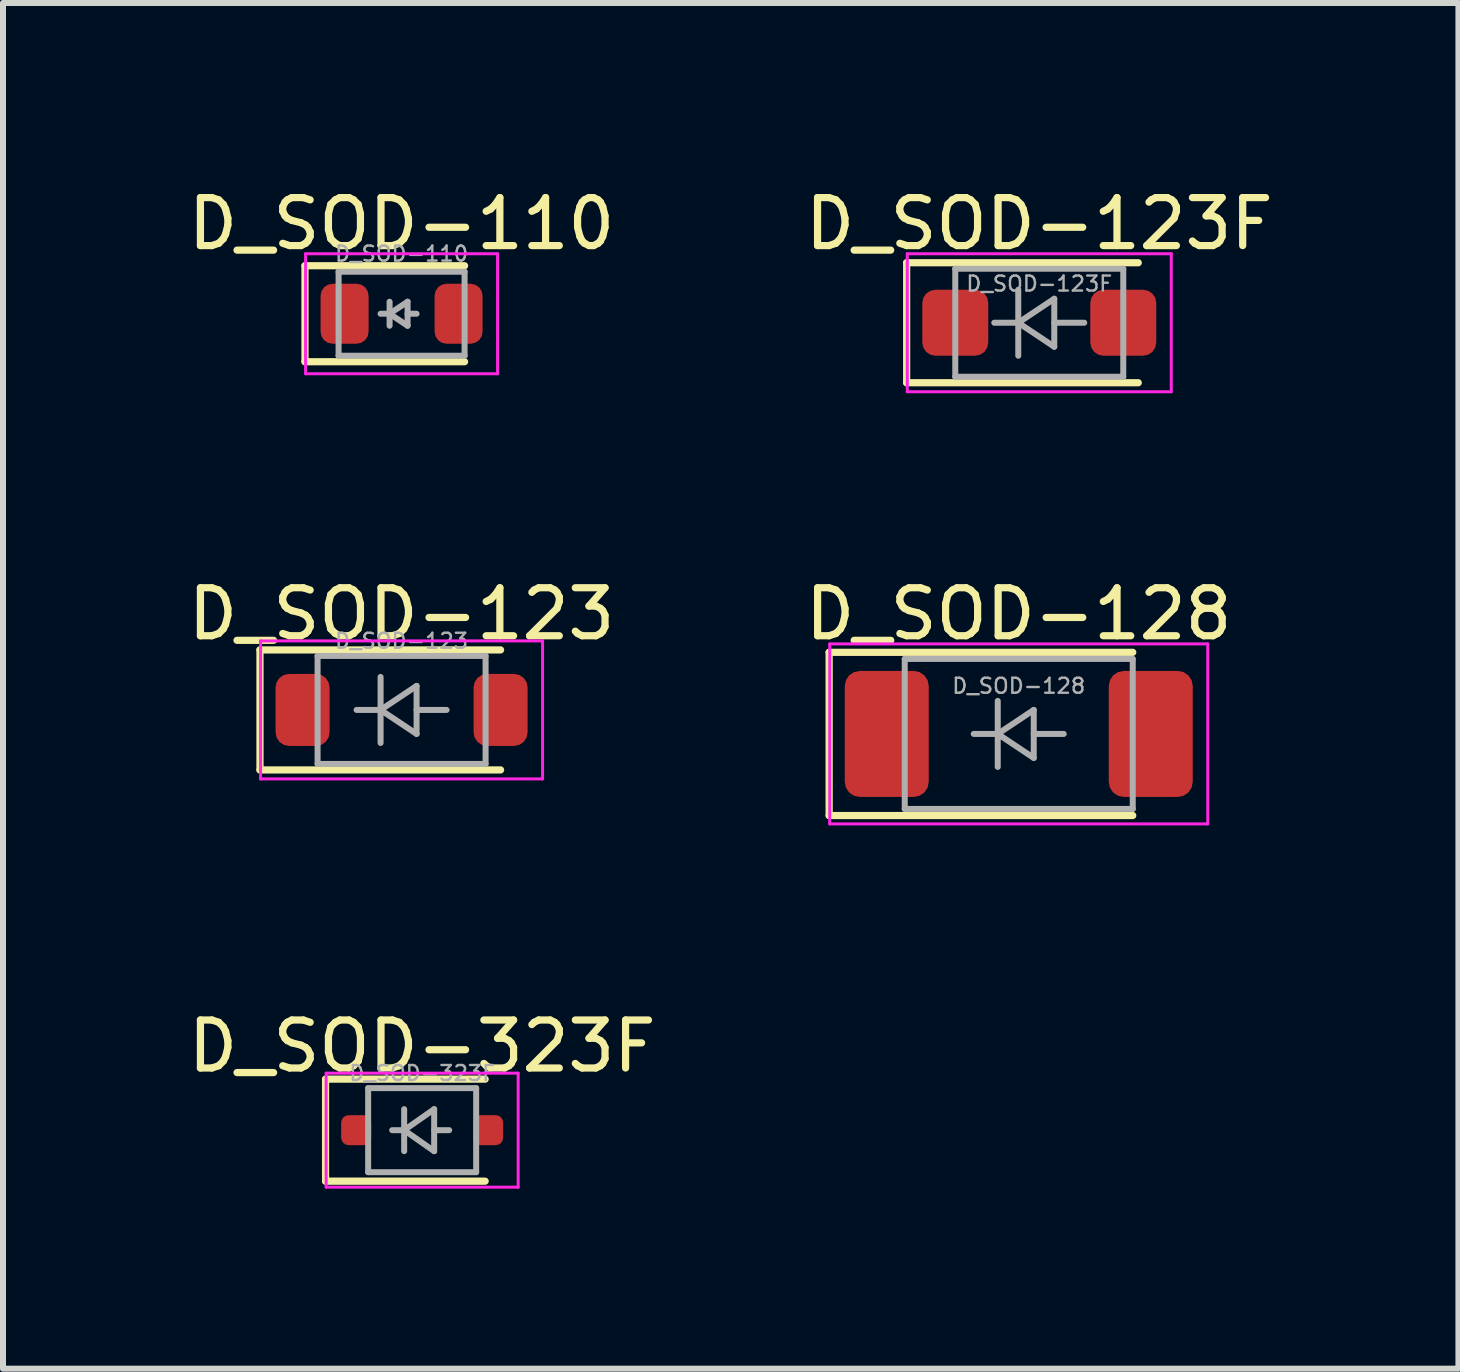
<source format=kicad_pcb>
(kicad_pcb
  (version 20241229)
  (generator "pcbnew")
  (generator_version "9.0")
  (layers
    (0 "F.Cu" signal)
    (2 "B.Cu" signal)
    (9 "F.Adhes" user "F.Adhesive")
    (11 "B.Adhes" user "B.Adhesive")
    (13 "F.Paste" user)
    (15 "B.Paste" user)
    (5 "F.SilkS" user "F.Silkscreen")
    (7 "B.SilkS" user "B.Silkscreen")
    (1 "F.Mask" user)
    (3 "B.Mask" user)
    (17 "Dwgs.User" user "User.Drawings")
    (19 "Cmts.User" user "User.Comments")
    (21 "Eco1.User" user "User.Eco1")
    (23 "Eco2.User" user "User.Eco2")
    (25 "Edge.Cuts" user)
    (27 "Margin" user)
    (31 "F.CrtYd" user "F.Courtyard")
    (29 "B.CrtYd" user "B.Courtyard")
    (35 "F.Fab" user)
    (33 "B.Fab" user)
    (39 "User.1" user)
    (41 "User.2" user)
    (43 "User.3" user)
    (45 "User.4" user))
  (footprint "D_SOD-128"
    (layer "F.Cu")
    (at 13.929 9.182)
    (property "Reference" "D_SOD-128" (at 0 -2 0) (layer "F.SilkS") (effects (font (size 0.8 0.8) (thickness 0.12))))
    (attr smd)
    (fp_line (start -3.16 -1.36) (end -3.16 1.36) (stroke (width 0.12) (type solid)) (layer "F.SilkS"))
    (fp_line (start -3.16 -1.36) (end 1.9 -1.36) (stroke (width 0.12) (type solid)) (layer "F.SilkS"))
    (fp_line (start -3.16 1.36) (end 1.9 1.36) (stroke (width 0.12) (type solid)) (layer "F.SilkS"))
    (fp_line (start -3.15 -1.5) (end -3.15 1.5) (stroke (width 0.05) (type solid)) (layer "F.CrtYd"))
    (fp_line (start -3.15 -1.5) (end 3.15 -1.5) (stroke (width 0.05) (type solid)) (layer "F.CrtYd"))
    (fp_line (start 3.15 -1.5) (end 3.15 1.5) (stroke (width 0.05) (type solid)) (layer "F.CrtYd"))
    (fp_line (start 3.15 1.5) (end -3.15 1.5) (stroke (width 0.05) (type solid)) (layer "F.CrtYd"))
    (fp_line (start -1.9 -1.25) (end 1.9 -1.25) (stroke (width 0.1) (type solid)) (layer "F.Fab"))
    (fp_line (start -1.9 1.25) (end -1.9 -1.25) (stroke (width 0.1) (type solid)) (layer "F.Fab"))
    (fp_line (start -0.75 0) (end -0.35 0) (stroke (width 0.1) (type solid)) (layer "F.Fab"))
    (fp_line (start -0.35 0) (end -0.35 -0.55) (stroke (width 0.1) (type solid)) (layer "F.Fab"))
    (fp_line (start -0.35 0) (end -0.35 0.55) (stroke (width 0.1) (type solid)) (layer "F.Fab"))
    (fp_line (start -0.35 0) (end 0.25 -0.4) (stroke (width 0.1) (type solid)) (layer "F.Fab"))
    (fp_line (start 0.25 -0.4) (end 0.25 0.4) (stroke (width 0.1) (type solid)) (layer "F.Fab"))
    (fp_line (start 0.25 0) (end 0.75 0) (stroke (width 0.1) (type solid)) (layer "F.Fab"))
    (fp_line (start 0.25 0.4) (end -0.35 0) (stroke (width 0.1) (type solid)) (layer "F.Fab"))
    (fp_line (start 1.9 -1.25) (end 1.9 1.25) (stroke (width 0.1) (type solid)) (layer "F.Fab"))
    (fp_line (start 1.9 1.25) (end -1.9 1.25) (stroke (width 0.1) (type solid)) (layer "F.Fab"))
    (fp_text user "${REFERENCE}" (at 0 -0.8 0) (layer "F.Fab") (effects (font (size 0.25 0.25) (thickness 0.04))))
    (pad "1" smd roundrect (at -2.2 0) (size 1.4 2.1) (layers "F.Cu" "F.Mask" "F.Paste") (roundrect_rratio 0.179))
    (pad "2" smd roundrect (at 2.2 0) (size 1.4 2.1) (layers "F.Cu" "F.Mask" "F.Paste") (roundrect_rratio 0.179)))
  (footprint "D_SOD-123F"
    (layer "F.Cu")
    (at 14.271 2.329)
    (property "Reference" "D_SOD-123F" (at 0 -1.65 0) (layer "F.SilkS") (effects (font (size 0.8 0.8) (thickness 0.12))))
    (attr smd)
    (fp_line (start -2.21 -1) (end -2.21 1) (stroke (width 0.12) (type solid)) (layer "F.SilkS"))
    (fp_line (start -2.21 -1) (end 1.65 -1) (stroke (width 0.12) (type solid)) (layer "F.SilkS"))
    (fp_line (start -2.21 1) (end 1.65 1) (stroke (width 0.12) (type solid)) (layer "F.SilkS"))
    (fp_line (start -2.2 -1.15) (end -2.2 1.15) (stroke (width 0.05) (type solid)) (layer "F.CrtYd"))
    (fp_line (start -2.2 -1.15) (end 2.2 -1.15) (stroke (width 0.05) (type solid)) (layer "F.CrtYd"))
    (fp_line (start 2.2 -1.15) (end 2.2 1.15) (stroke (width 0.05) (type solid)) (layer "F.CrtYd"))
    (fp_line (start 2.2 1.15) (end -2.2 1.15) (stroke (width 0.05) (type solid)) (layer "F.CrtYd"))
    (fp_line (start -1.4 -0.9) (end 1.4 -0.9) (stroke (width 0.1) (type solid)) (layer "F.Fab"))
    (fp_line (start -1.4 0.9) (end -1.4 -0.9) (stroke (width 0.1) (type solid)) (layer "F.Fab"))
    (fp_line (start -0.75 0) (end -0.35 0) (stroke (width 0.1) (type solid)) (layer "F.Fab"))
    (fp_line (start -0.35 0) (end -0.35 -0.55) (stroke (width 0.1) (type solid)) (layer "F.Fab"))
    (fp_line (start -0.35 0) (end -0.35 0.55) (stroke (width 0.1) (type solid)) (layer "F.Fab"))
    (fp_line (start -0.35 0) (end 0.25 -0.4) (stroke (width 0.1) (type solid)) (layer "F.Fab"))
    (fp_line (start 0.25 -0.4) (end 0.25 0.4) (stroke (width 0.1) (type solid)) (layer "F.Fab"))
    (fp_line (start 0.25 0) (end 0.75 0) (stroke (width 0.1) (type solid)) (layer "F.Fab"))
    (fp_line (start 0.25 0.4) (end -0.35 0) (stroke (width 0.1) (type solid)) (layer "F.Fab"))
    (fp_line (start 1.4 -0.9) (end 1.4 0.9) (stroke (width 0.1) (type solid)) (layer "F.Fab"))
    (fp_line (start 1.4 0.9) (end -1.4 0.9) (stroke (width 0.1) (type solid)) (layer "F.Fab"))
    (fp_text user "${REFERENCE}" (at 0 -0.65 0) (layer "F.Fab") (effects (font (size 0.25 0.25) (thickness 0.04))))
    (pad "1" smd roundrect (at -1.4 0) (size 1.1 1.1) (layers "F.Cu" "F.Mask" "F.Paste") (roundrect_rratio 0.2))
    (pad "2" smd roundrect (at 1.4 0) (size 1.1 1.1) (layers "F.Cu" "F.Mask" "F.Paste") (roundrect_rratio 0.2)))
  (footprint "D_SOD-123"
    (layer "F.Cu")
    (at 3.643 8.782)
    (property "Reference" "D_SOD-123" (at 0 -1.6 0) (layer "F.SilkS") (effects (font (size 0.8 0.8) (thickness 0.12))))
    (attr smd)
    (fp_line (start -2.36 -1) (end -2.36 1) (stroke (width 0.12) (type solid)) (layer "F.SilkS"))
    (fp_line (start -2.36 -1) (end 1.65 -1) (stroke (width 0.12) (type solid)) (layer "F.SilkS"))
    (fp_line (start -2.36 1) (end 1.65 1) (stroke (width 0.12) (type solid)) (layer "F.SilkS"))
    (fp_line (start -2.35 -1.15) (end -2.35 1.15) (stroke (width 0.05) (type solid)) (layer "F.CrtYd"))
    (fp_line (start -2.35 -1.15) (end 2.35 -1.15) (stroke (width 0.05) (type solid)) (layer "F.CrtYd"))
    (fp_line (start 2.35 -1.15) (end 2.35 1.15) (stroke (width 0.05) (type solid)) (layer "F.CrtYd"))
    (fp_line (start 2.35 1.15) (end -2.35 1.15) (stroke (width 0.05) (type solid)) (layer "F.CrtYd"))
    (fp_line (start -1.4 -0.9) (end 1.4 -0.9) (stroke (width 0.1) (type solid)) (layer "F.Fab"))
    (fp_line (start -1.4 0.9) (end -1.4 -0.9) (stroke (width 0.1) (type solid)) (layer "F.Fab"))
    (fp_line (start -0.75 0) (end -0.35 0) (stroke (width 0.1) (type solid)) (layer "F.Fab"))
    (fp_line (start -0.35 0) (end -0.35 -0.55) (stroke (width 0.1) (type solid)) (layer "F.Fab"))
    (fp_line (start -0.35 0) (end -0.35 0.55) (stroke (width 0.1) (type solid)) (layer "F.Fab"))
    (fp_line (start -0.35 0) (end 0.25 -0.4) (stroke (width 0.1) (type solid)) (layer "F.Fab"))
    (fp_line (start 0.25 -0.4) (end 0.25 0.4) (stroke (width 0.1) (type solid)) (layer "F.Fab"))
    (fp_line (start 0.25 0) (end 0.75 0) (stroke (width 0.1) (type solid)) (layer "F.Fab"))
    (fp_line (start 0.25 0.4) (end -0.35 0) (stroke (width 0.1) (type solid)) (layer "F.Fab"))
    (fp_line (start 1.4 -0.9) (end 1.4 0.9) (stroke (width 0.1) (type solid)) (layer "F.Fab"))
    (fp_line (start 1.4 0.9) (end -1.4 0.9) (stroke (width 0.1) (type solid)) (layer "F.Fab"))
    (fp_text user "${REFERENCE}" (at 0 -1.15 0) (layer "F.Fab") (effects (font (size 0.25 0.25) (thickness 0.04))))
    (pad "1" smd roundrect (at -1.65 0) (size 0.9 1.2) (layers "F.Cu" "F.Mask" "F.Paste") (roundrect_rratio 0.25))
    (pad "2" smd roundrect (at 1.65 0) (size 0.9 1.2) (layers "F.Cu" "F.Mask" "F.Paste") (roundrect_rratio 0.25)))
  (footprint "D_SOD-323F"
    (layer "F.Cu")
    (at 3.986 15.786)
    (property "Reference" "D_SOD-323F" (at 0 -1.4 0) (layer "F.SilkS") (effects (font (size 0.8 0.8) (thickness 0.12))))
    (attr smd)
    (fp_line (start -1.61 -0.85) (end -1.61 0.85) (stroke (width 0.12) (type solid)) (layer "F.SilkS"))
    (fp_line (start -1.61 -0.85) (end 1.05 -0.85) (stroke (width 0.12) (type solid)) (layer "F.SilkS"))
    (fp_line (start -1.61 0.85) (end 1.05 0.85) (stroke (width 0.12) (type solid)) (layer "F.SilkS"))
    (fp_line (start -1.6 -0.95) (end -1.6 0.95) (stroke (width 0.05) (type solid)) (layer "F.CrtYd"))
    (fp_line (start -1.6 -0.95) (end 1.6 -0.95) (stroke (width 0.05) (type solid)) (layer "F.CrtYd"))
    (fp_line (start -1.6 0.95) (end 1.6 0.95) (stroke (width 0.05) (type solid)) (layer "F.CrtYd"))
    (fp_line (start 1.6 -0.95) (end 1.6 0.95) (stroke (width 0.05) (type solid)) (layer "F.CrtYd"))
    (fp_line (start -0.9 -0.7) (end 0.9 -0.7) (stroke (width 0.1) (type solid)) (layer "F.Fab"))
    (fp_line (start -0.9 0.7) (end -0.9 -0.7) (stroke (width 0.1) (type solid)) (layer "F.Fab"))
    (fp_line (start -0.3 -0.35) (end -0.3 0.35) (stroke (width 0.1) (type solid)) (layer "F.Fab"))
    (fp_line (start -0.3 0) (end -0.5 0) (stroke (width 0.1) (type solid)) (layer "F.Fab"))
    (fp_line (start -0.3 0) (end 0.2 -0.35) (stroke (width 0.1) (type solid)) (layer "F.Fab"))
    (fp_line (start 0.2 -0.35) (end 0.2 0.35) (stroke (width 0.1) (type solid)) (layer "F.Fab"))
    (fp_line (start 0.2 0) (end 0.45 0) (stroke (width 0.1) (type solid)) (layer "F.Fab"))
    (fp_line (start 0.2 0.35) (end -0.3 0) (stroke (width 0.1) (type solid)) (layer "F.Fab"))
    (fp_line (start 0.9 -0.7) (end 0.9 0.7) (stroke (width 0.1) (type solid)) (layer "F.Fab"))
    (fp_line (start 0.9 0.7) (end -0.9 0.7) (stroke (width 0.1) (type solid)) (layer "F.Fab"))
    (fp_text user "${REFERENCE}" (at 0 -0.95 0) (layer "F.Fab") (effects (font (size 0.25 0.25) (thickness 0.04))))
    (pad "1" smd roundrect (at -1.1 0) (size 0.5 0.5) (layers "F.Cu" "F.Mask" "F.Paste") (roundrect_rratio 0.25))
    (pad "2" smd roundrect (at 1.1 0) (size 0.5 0.5) (layers "F.Cu" "F.Mask" "F.Paste") (roundrect_rratio 0.25)))
  (footprint "D_SOD-110"
    (layer "F.Cu")
    (at 3.643 2.179)
    (property "Reference" "D_SOD-110" (at 0 -1.5 0) (layer "F.SilkS") (effects (font (size 0.8 0.8) (thickness 0.12))))
    (attr smd)
    (fp_line (start -1.61 -0.8) (end -1.61 0.8) (stroke (width 0.12) (type solid)) (layer "F.SilkS"))
    (fp_line (start -1.61 -0.8) (end 1.05 -0.8) (stroke (width 0.12) (type solid)) (layer "F.SilkS"))
    (fp_line (start -1.61 0.8) (end 1.05 0.8) (stroke (width 0.12) (type solid)) (layer "F.SilkS"))
    (fp_line (start -1.6 -1) (end -1.6 1) (stroke (width 0.05) (type solid)) (layer "F.CrtYd"))
    (fp_line (start -1.6 -1) (end 1.6 -1) (stroke (width 0.05) (type solid)) (layer "F.CrtYd"))
    (fp_line (start 1.6 -1) (end 1.6 1) (stroke (width 0.05) (type solid)) (layer "F.CrtYd"))
    (fp_line (start 1.6 1) (end -1.6 1) (stroke (width 0.05) (type solid)) (layer "F.CrtYd"))
    (fp_line (start -1.05 -0.7) (end -1.05 0.7) (stroke (width 0.1) (type solid)) (layer "F.Fab"))
    (fp_line (start -1.05 0.7) (end 1.05 0.7) (stroke (width 0.1) (type solid)) (layer "F.Fab"))
    (fp_line (start -0.2 0) (end -0.35 0) (stroke (width 0.1) (type solid)) (layer "F.Fab"))
    (fp_line (start -0.2 0) (end 0.1 0.2) (stroke (width 0.1) (type solid)) (layer "F.Fab"))
    (fp_line (start -0.2 0.2) (end -0.2 -0.2) (stroke (width 0.1) (type solid)) (layer "F.Fab"))
    (fp_line (start 0.1 -0.2) (end -0.2 0) (stroke (width 0.1) (type solid)) (layer "F.Fab"))
    (fp_line (start 0.1 0) (end 0.25 0) (stroke (width 0.1) (type solid)) (layer "F.Fab"))
    (fp_line (start 0.1 0.2) (end 0.1 -0.2) (stroke (width 0.1) (type solid)) (layer "F.Fab"))
    (fp_line (start 1.05 -0.7) (end -1.05 -0.7) (stroke (width 0.1) (type solid)) (layer "F.Fab"))
    (fp_line (start 1.05 0.7) (end 1.05 -0.7) (stroke (width 0.1) (type solid)) (layer "F.Fab"))
    (fp_text user "${REFERENCE}" (at 0 -1 0) (layer "F.Fab") (effects (font (size 0.25 0.25) (thickness 0.04))))
    (pad "1" smd roundrect (at -0.95 0) (size 0.8 1) (layers "F.Cu" "F.Mask" "F.Paste") (roundrect_rratio 0.25))
    (pad "2" smd roundrect (at 0.95 0) (size 0.8 1) (layers "F.Cu" "F.Mask" "F.Paste") (roundrect_rratio 0.25)))
  (gr_rect
    (start -3 -3)
    (end 21.257 19.761)
    (stroke (width 0.1) (type default))
    (fill no)
    (layer "Edge.Cuts")))
</source>
